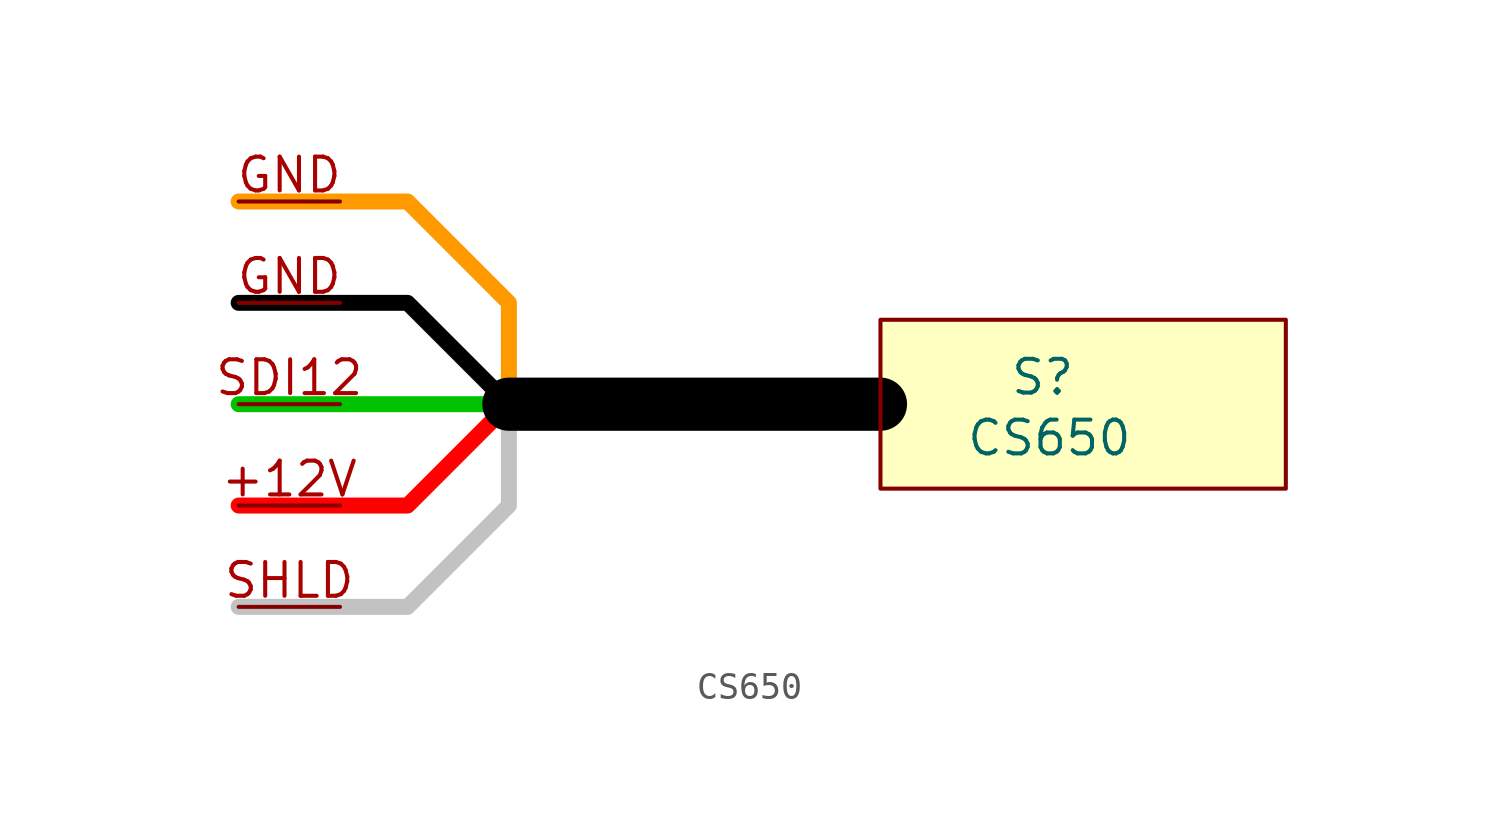
<source format=kicad_sym>
(kicad_symbol_lib
  (version 20231120)
  (generator "kicad_symbol_editor")
  (generator_version "8.0")
  (symbol "CS650"
    (property "Reference" "S"
      (at 6.096 1.016 0)
      (effects (font (size 1.27 1.27))))
    (property "Value" "CS650"
      (at 6.35 -1.27 0)
      (effects (font (size 1.27 1.27))))
    (symbol "CS650_0_1"
      (polyline (pts (xy -13.97 0) (xy -24.13 0)) (stroke (width 0.6) (type default) (color 0 194 0 1)) (fill (type none)))
      (polyline (pts (xy 0 0) (xy -13.97 0)) (stroke (width 2) (type default) (color 0 0 0 1)) (fill (type none)))
      (polyline (pts (xy -24.13 -3.81) (xy -17.78 -3.81) (xy -13.97 0)) (stroke (width 0.6) (type default) (color 255 0 0 1)) (fill (type none)))
      (polyline (pts (xy -24.13 3.81) (xy -17.78 3.81) (xy -13.97 0)) (stroke (width 0.6) (type default) (color 0 0 0 1)) (fill (type none)))
      (polyline (pts (xy -13.97 0) (xy -13.97 -3.81) (xy -17.78 -7.62) (xy -24.13 -7.62)) (stroke (width 0.6) (type default) (color 194 194 194 1)) (fill (type none)))
      (polyline (pts (xy -13.97 0) (xy -13.97 3.81) (xy -17.78 7.62) (xy -24.13 7.62)) (stroke (width 0.6) (type default) (color 255 153 0 1)) (fill (type none))))
    (symbol "CS650_1_1"
      (rectangle (start 0 3.175) (end 15.24 -3.175) (stroke (width 0) (type default)) (fill (type color) (color 255 255 194 1)))
      (pin power_out line (at -24.13 -3.81 0) (length 3.81) (name "" (effects (font (size 1.27 1.27)))) (number "+12V" (effects (font (size 1.27 1.27)))))
      (pin power_out line (at -24.13 3.81 0) (length 3.81) (name "" (effects (font (size 1.27 1.27)))) (number "GND" (effects (font (size 1.27 1.27)))))
      (pin power_out line (at -24.13 7.62 0) (length 3.81) (name "" (effects (font (size 1.27 1.27)))) (number "GND" (effects (font (size 1.27 1.27)))))
      (pin power_out line (at -24.13 0 0) (length 3.81) (name "" (effects (font (size 1.27 1.27)))) (number "SDI12" (effects (font (size 1.27 1.27)))))
      (pin power_out line (at -24.13 -7.62 0) (length 3.81) (name "" (effects (font (size 1.27 1.27)))) (number "SHLD" (effects (font (size 1.27 1.27))))))))
</source>
